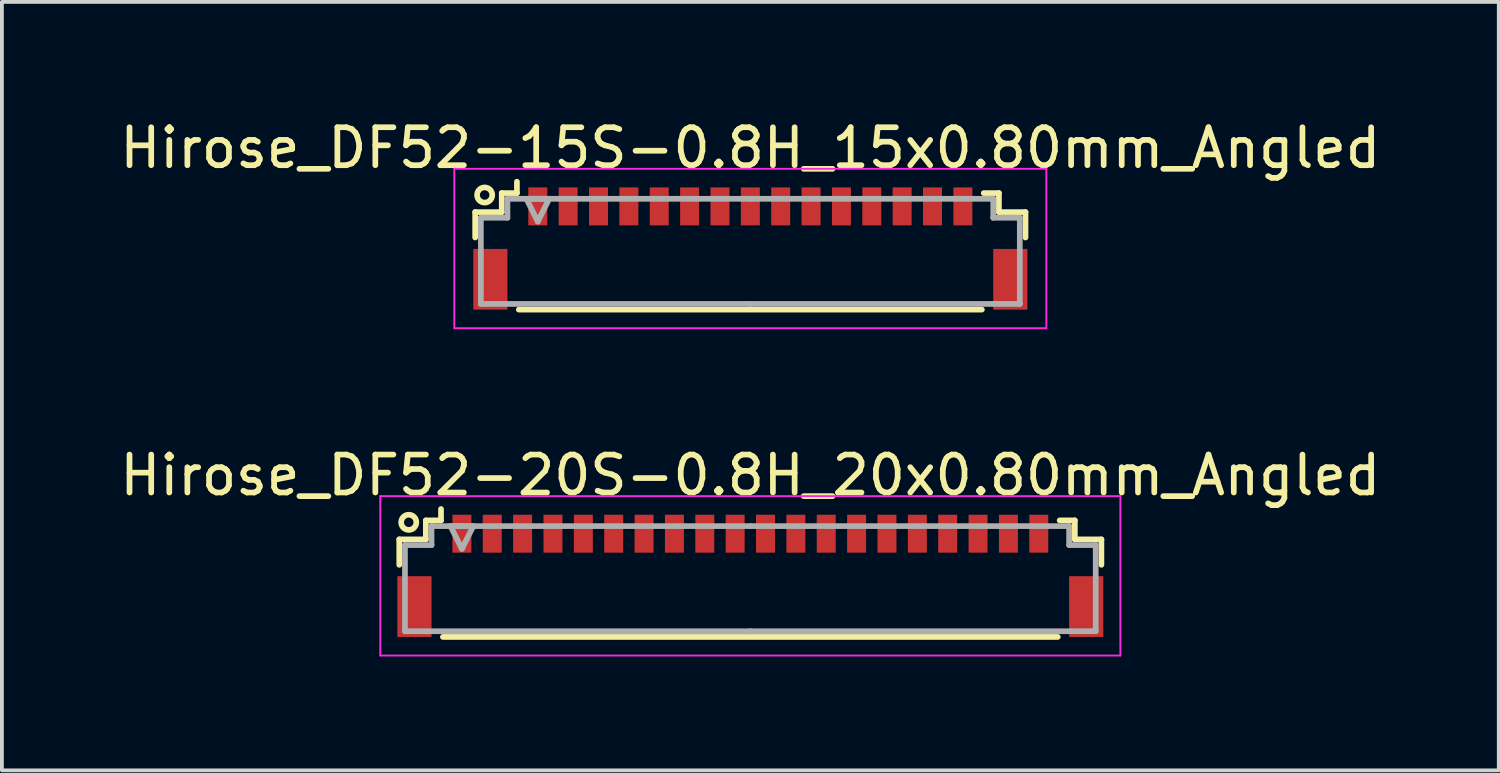
<source format=kicad_pcb>
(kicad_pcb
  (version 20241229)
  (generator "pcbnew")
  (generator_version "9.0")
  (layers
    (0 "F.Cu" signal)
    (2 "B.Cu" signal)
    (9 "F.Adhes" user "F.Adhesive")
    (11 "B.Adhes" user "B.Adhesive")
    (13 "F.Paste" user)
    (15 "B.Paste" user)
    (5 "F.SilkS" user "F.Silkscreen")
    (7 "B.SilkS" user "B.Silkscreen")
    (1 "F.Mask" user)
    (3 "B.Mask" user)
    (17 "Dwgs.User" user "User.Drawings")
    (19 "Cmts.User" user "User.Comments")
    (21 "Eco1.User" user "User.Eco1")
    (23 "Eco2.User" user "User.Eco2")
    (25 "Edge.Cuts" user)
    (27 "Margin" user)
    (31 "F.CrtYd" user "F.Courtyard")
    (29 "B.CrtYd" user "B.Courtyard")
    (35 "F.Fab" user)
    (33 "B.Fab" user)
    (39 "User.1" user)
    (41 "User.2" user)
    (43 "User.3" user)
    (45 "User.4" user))
  (footprint "Hirose_DF52-20S-0.8H_20x0.80mm_Angled"
    (layer "F.Cu")
    (at 16.72 11.972)
    (property "Reference" "Hirose_DF52-20S-0.8H_20x0.80mm_Angled" (at 0 -2.5 0) (layer "F.SilkS") (effects (font (size 1 1) (thickness 0.15))))
    (attr smd)
    (fp_line (start -9.25 -0.81) (end -9.25 -0.14) (stroke (width 0.15) (type solid)) (layer "F.SilkS"))
    (fp_line (start -8.55 -1.31) (end -8.55 -0.81) (stroke (width 0.15) (type solid)) (layer "F.SilkS"))
    (fp_line (start -8.55 -0.81) (end -9.25 -0.81) (stroke (width 0.15) (type solid)) (layer "F.SilkS"))
    (fp_line (start -8.15 -1.61) (end -8.15 -1.31) (stroke (width 0.15) (type solid)) (layer "F.SilkS"))
    (fp_line (start -8.15 -1.31) (end -8.55 -1.31) (stroke (width 0.15) (type solid)) (layer "F.SilkS"))
    (fp_line (start -8.1 1.76) (end 8.1 1.76) (stroke (width 0.15) (type solid)) (layer "F.SilkS"))
    (fp_line (start 8.15 -1.31) (end 8.55 -1.31) (stroke (width 0.15) (type solid)) (layer "F.SilkS"))
    (fp_line (start 8.55 -1.31) (end 8.55 -0.81) (stroke (width 0.15) (type solid)) (layer "F.SilkS"))
    (fp_line (start 8.55 -0.81) (end 9.25 -0.81) (stroke (width 0.15) (type solid)) (layer "F.SilkS"))
    (fp_line (start 9.25 -0.81) (end 9.25 -0.14) (stroke (width 0.15) (type solid)) (layer "F.SilkS"))
    (fp_circle (center -9 -1.26) (end -8.8 -1.26) (stroke (width 0.15) (type solid)) (fill no) (layer "F.SilkS"))
    (fp_line (start -9.75 -1.95) (end -9.75 2.25) (stroke (width 0.05) (type solid)) (layer "F.CrtYd"))
    (fp_line (start -9.75 2.25) (end 9.75 2.25) (stroke (width 0.05) (type solid)) (layer "F.CrtYd"))
    (fp_line (start 9.75 -1.95) (end -9.75 -1.95) (stroke (width 0.05) (type solid)) (layer "F.CrtYd"))
    (fp_line (start 9.75 2.25) (end 9.75 -1.95) (stroke (width 0.05) (type solid)) (layer "F.CrtYd"))
    (fp_line (start -9.1 -0.66) (end -9.1 1.61) (stroke (width 0.15) (type solid)) (layer "F.Fab"))
    (fp_line (start -9.1 1.61) (end 0 1.61) (stroke (width 0.15) (type solid)) (layer "F.Fab"))
    (fp_line (start -8.4 -1.16) (end -8.4 -1.16) (stroke (width 0.15) (type solid)) (layer "F.Fab"))
    (fp_line (start -8.4 -1.16) (end -8.4 -0.66) (stroke (width 0.15) (type solid)) (layer "F.Fab"))
    (fp_line (start -8.4 -0.66) (end -9.1 -0.66) (stroke (width 0.15) (type solid)) (layer "F.Fab"))
    (fp_line (start -7.9 -1.16) (end -7.3 -1.16) (stroke (width 0.15) (type solid)) (layer "F.Fab"))
    (fp_line (start -7.6 -0.56) (end -7.9 -1.16) (stroke (width 0.15) (type solid)) (layer "F.Fab"))
    (fp_line (start -7.3 -1.16) (end -7.6 -0.56) (stroke (width 0.15) (type solid)) (layer "F.Fab"))
    (fp_line (start 0 -1.16) (end -8.4 -1.16) (stroke (width 0.15) (type solid)) (layer "F.Fab"))
    (fp_line (start 0 -1.16) (end 8.4 -1.16) (stroke (width 0.15) (type solid)) (layer "F.Fab"))
    (fp_line (start 8.4 -1.16) (end 8.4 -1.16) (stroke (width 0.15) (type solid)) (layer "F.Fab"))
    (fp_line (start 8.4 -1.16) (end 8.4 -0.66) (stroke (width 0.15) (type solid)) (layer "F.Fab"))
    (fp_line (start 8.4 -0.66) (end 9.1 -0.66) (stroke (width 0.15) (type solid)) (layer "F.Fab"))
    (fp_line (start 9.1 -0.66) (end 9.1 1.61) (stroke (width 0.15) (type solid)) (layer "F.Fab"))
    (fp_line (start 9.1 1.61) (end 0 1.61) (stroke (width 0.15) (type solid)) (layer "F.Fab"))
    (pad "" smd rect (at -8.85 0.96) (size 0.9 1.6) (layers "F.Cu" "F.Mask" "F.Paste"))
    (pad "" smd rect (at 8.85 0.96) (size 0.9 1.6) (layers "F.Cu" "F.Mask" "F.Paste"))
    (pad "1" smd rect (at -7.6 -0.96) (size 0.5 1) (layers "F.Cu" "F.Mask" "F.Paste"))
    (pad "2" smd rect (at -6.8 -0.96) (size 0.5 1) (layers "F.Cu" "F.Mask" "F.Paste"))
    (pad "3" smd rect (at -6 -0.96) (size 0.5 1) (layers "F.Cu" "F.Mask" "F.Paste"))
    (pad "4" smd rect (at -5.2 -0.96) (size 0.5 1) (layers "F.Cu" "F.Mask" "F.Paste"))
    (pad "5" smd rect (at -4.4 -0.96) (size 0.5 1) (layers "F.Cu" "F.Mask" "F.Paste"))
    (pad "6" smd rect (at -3.6 -0.96) (size 0.5 1) (layers "F.Cu" "F.Mask" "F.Paste"))
    (pad "7" smd rect (at -2.8 -0.96) (size 0.5 1) (layers "F.Cu" "F.Mask" "F.Paste"))
    (pad "8" smd rect (at -2 -0.96) (size 0.5 1) (layers "F.Cu" "F.Mask" "F.Paste"))
    (pad "9" smd rect (at -1.2 -0.96) (size 0.5 1) (layers "F.Cu" "F.Mask" "F.Paste"))
    (pad "10" smd rect (at -0.4 -0.96) (size 0.5 1) (layers "F.Cu" "F.Mask" "F.Paste"))
    (pad "11" smd rect (at 0.4 -0.96) (size 0.5 1) (layers "F.Cu" "F.Mask" "F.Paste"))
    (pad "12" smd rect (at 1.2 -0.96) (size 0.5 1) (layers "F.Cu" "F.Mask" "F.Paste"))
    (pad "13" smd rect (at 2 -0.96) (size 0.5 1) (layers "F.Cu" "F.Mask" "F.Paste"))
    (pad "14" smd rect (at 2.8 -0.96) (size 0.5 1) (layers "F.Cu" "F.Mask" "F.Paste"))
    (pad "15" smd rect (at 3.6 -0.96) (size 0.5 1) (layers "F.Cu" "F.Mask" "F.Paste"))
    (pad "16" smd rect (at 4.4 -0.96) (size 0.5 1) (layers "F.Cu" "F.Mask" "F.Paste"))
    (pad "17" smd rect (at 5.2 -0.96) (size 0.5 1) (layers "F.Cu" "F.Mask" "F.Paste"))
    (pad "18" smd rect (at 6 -0.96) (size 0.5 1) (layers "F.Cu" "F.Mask" "F.Paste"))
    (pad "19" smd rect (at 6.8 -0.96) (size 0.5 1) (layers "F.Cu" "F.Mask" "F.Paste"))
    (pad "20" smd rect (at 7.6 -0.96) (size 0.5 1) (layers "F.Cu" "F.Mask" "F.Paste")))
  (footprint "Hirose_DF52-15S-0.8H_15x0.80mm_Angled"
    (layer "F.Cu")
    (at 16.72 3.348)
    (property "Reference" "Hirose_DF52-15S-0.8H_15x0.80mm_Angled" (at 0 -2.5 0) (layer "F.SilkS") (effects (font (size 1 1) (thickness 0.15))))
    (attr smd)
    (fp_line (start -7.25 -0.81) (end -7.25 -0.14) (stroke (width 0.15) (type solid)) (layer "F.SilkS"))
    (fp_line (start -6.55 -1.31) (end -6.55 -0.81) (stroke (width 0.15) (type solid)) (layer "F.SilkS"))
    (fp_line (start -6.55 -0.81) (end -7.25 -0.81) (stroke (width 0.15) (type solid)) (layer "F.SilkS"))
    (fp_line (start -6.15 -1.61) (end -6.15 -1.31) (stroke (width 0.15) (type solid)) (layer "F.SilkS"))
    (fp_line (start -6.15 -1.31) (end -6.55 -1.31) (stroke (width 0.15) (type solid)) (layer "F.SilkS"))
    (fp_line (start -6.1 1.76) (end 6.1 1.76) (stroke (width 0.15) (type solid)) (layer "F.SilkS"))
    (fp_line (start 6.15 -1.31) (end 6.55 -1.31) (stroke (width 0.15) (type solid)) (layer "F.SilkS"))
    (fp_line (start 6.55 -1.31) (end 6.55 -0.81) (stroke (width 0.15) (type solid)) (layer "F.SilkS"))
    (fp_line (start 6.55 -0.81) (end 7.25 -0.81) (stroke (width 0.15) (type solid)) (layer "F.SilkS"))
    (fp_line (start 7.25 -0.81) (end 7.25 -0.14) (stroke (width 0.15) (type solid)) (layer "F.SilkS"))
    (fp_circle (center -7 -1.26) (end -6.8 -1.26) (stroke (width 0.15) (type solid)) (fill no) (layer "F.SilkS"))
    (fp_line (start -7.8 -1.95) (end -7.8 2.25) (stroke (width 0.05) (type solid)) (layer "F.CrtYd"))
    (fp_line (start -7.8 2.25) (end 7.8 2.25) (stroke (width 0.05) (type solid)) (layer "F.CrtYd"))
    (fp_line (start 7.8 -1.95) (end -7.8 -1.95) (stroke (width 0.05) (type solid)) (layer "F.CrtYd"))
    (fp_line (start 7.8 2.25) (end 7.8 -1.95) (stroke (width 0.05) (type solid)) (layer "F.CrtYd"))
    (fp_line (start -7.1 -0.66) (end -7.1 1.61) (stroke (width 0.15) (type solid)) (layer "F.Fab"))
    (fp_line (start -7.1 1.61) (end 0 1.61) (stroke (width 0.15) (type solid)) (layer "F.Fab"))
    (fp_line (start -6.4 -1.16) (end -6.4 -1.16) (stroke (width 0.15) (type solid)) (layer "F.Fab"))
    (fp_line (start -6.4 -1.16) (end -6.4 -0.66) (stroke (width 0.15) (type solid)) (layer "F.Fab"))
    (fp_line (start -6.4 -0.66) (end -7.1 -0.66) (stroke (width 0.15) (type solid)) (layer "F.Fab"))
    (fp_line (start -5.9 -1.16) (end -5.3 -1.16) (stroke (width 0.15) (type solid)) (layer "F.Fab"))
    (fp_line (start -5.6 -0.56) (end -5.9 -1.16) (stroke (width 0.15) (type solid)) (layer "F.Fab"))
    (fp_line (start -5.3 -1.16) (end -5.6 -0.56) (stroke (width 0.15) (type solid)) (layer "F.Fab"))
    (fp_line (start 0 -1.16) (end -6.4 -1.16) (stroke (width 0.15) (type solid)) (layer "F.Fab"))
    (fp_line (start 0 -1.16) (end 6.4 -1.16) (stroke (width 0.15) (type solid)) (layer "F.Fab"))
    (fp_line (start 6.4 -1.16) (end 6.4 -1.16) (stroke (width 0.15) (type solid)) (layer "F.Fab"))
    (fp_line (start 6.4 -1.16) (end 6.4 -0.66) (stroke (width 0.15) (type solid)) (layer "F.Fab"))
    (fp_line (start 6.4 -0.66) (end 7.1 -0.66) (stroke (width 0.15) (type solid)) (layer "F.Fab"))
    (fp_line (start 7.1 -0.66) (end 7.1 1.61) (stroke (width 0.15) (type solid)) (layer "F.Fab"))
    (fp_line (start 7.1 1.61) (end 0 1.61) (stroke (width 0.15) (type solid)) (layer "F.Fab"))
    (pad "" smd rect (at -6.85 0.96) (size 0.9 1.6) (layers "F.Cu" "F.Mask" "F.Paste"))
    (pad "" smd rect (at 6.85 0.96) (size 0.9 1.6) (layers "F.Cu" "F.Mask" "F.Paste"))
    (pad "1" smd rect (at -5.6 -0.96) (size 0.5 1) (layers "F.Cu" "F.Mask" "F.Paste"))
    (pad "2" smd rect (at -4.8 -0.96) (size 0.5 1) (layers "F.Cu" "F.Mask" "F.Paste"))
    (pad "3" smd rect (at -4 -0.96) (size 0.5 1) (layers "F.Cu" "F.Mask" "F.Paste"))
    (pad "4" smd rect (at -3.2 -0.96) (size 0.5 1) (layers "F.Cu" "F.Mask" "F.Paste"))
    (pad "5" smd rect (at -2.4 -0.96) (size 0.5 1) (layers "F.Cu" "F.Mask" "F.Paste"))
    (pad "6" smd rect (at -1.6 -0.96) (size 0.5 1) (layers "F.Cu" "F.Mask" "F.Paste"))
    (pad "7" smd rect (at -0.8 -0.96) (size 0.5 1) (layers "F.Cu" "F.Mask" "F.Paste"))
    (pad "8" smd rect (at 0 -0.96) (size 0.5 1) (layers "F.Cu" "F.Mask" "F.Paste"))
    (pad "9" smd rect (at 0.8 -0.96) (size 0.5 1) (layers "F.Cu" "F.Mask" "F.Paste"))
    (pad "10" smd rect (at 1.6 -0.96) (size 0.5 1) (layers "F.Cu" "F.Mask" "F.Paste"))
    (pad "11" smd rect (at 2.4 -0.96) (size 0.5 1) (layers "F.Cu" "F.Mask" "F.Paste"))
    (pad "12" smd rect (at 3.2 -0.96) (size 0.5 1) (layers "F.Cu" "F.Mask" "F.Paste"))
    (pad "13" smd rect (at 4 -0.96) (size 0.5 1) (layers "F.Cu" "F.Mask" "F.Paste"))
    (pad "14" smd rect (at 4.8 -0.96) (size 0.5 1) (layers "F.Cu" "F.Mask" "F.Paste"))
    (pad "15" smd rect (at 5.6 -0.96) (size 0.5 1) (layers "F.Cu" "F.Mask" "F.Paste")))
  (gr_rect
    (start -3 -3)
    (end 36.44 17.247)
    (stroke (width 0.1) (type default))
    (fill no)
    (layer "Edge.Cuts")))
</source>
